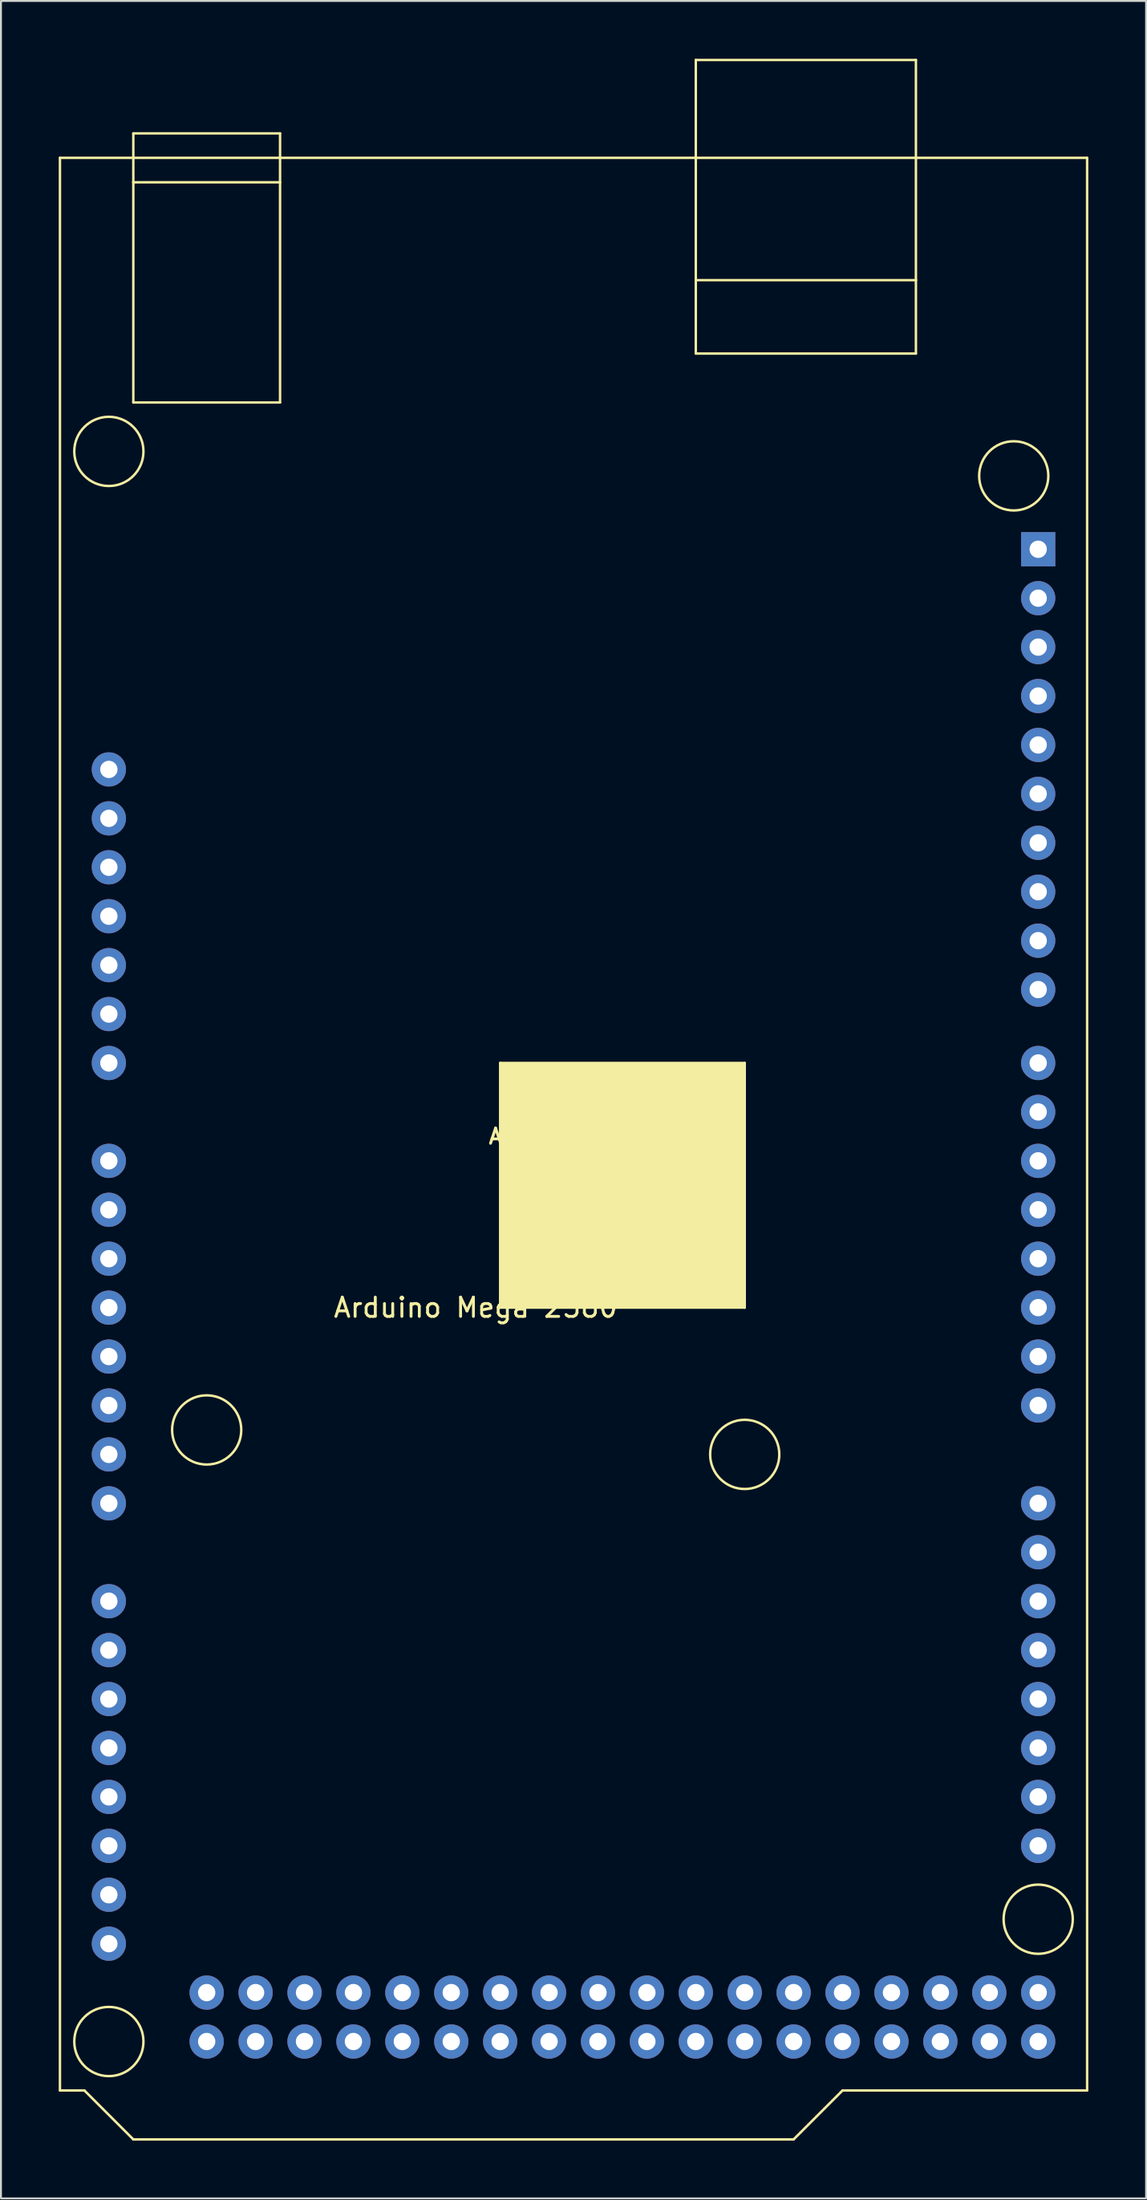
<source format=kicad_pcb>
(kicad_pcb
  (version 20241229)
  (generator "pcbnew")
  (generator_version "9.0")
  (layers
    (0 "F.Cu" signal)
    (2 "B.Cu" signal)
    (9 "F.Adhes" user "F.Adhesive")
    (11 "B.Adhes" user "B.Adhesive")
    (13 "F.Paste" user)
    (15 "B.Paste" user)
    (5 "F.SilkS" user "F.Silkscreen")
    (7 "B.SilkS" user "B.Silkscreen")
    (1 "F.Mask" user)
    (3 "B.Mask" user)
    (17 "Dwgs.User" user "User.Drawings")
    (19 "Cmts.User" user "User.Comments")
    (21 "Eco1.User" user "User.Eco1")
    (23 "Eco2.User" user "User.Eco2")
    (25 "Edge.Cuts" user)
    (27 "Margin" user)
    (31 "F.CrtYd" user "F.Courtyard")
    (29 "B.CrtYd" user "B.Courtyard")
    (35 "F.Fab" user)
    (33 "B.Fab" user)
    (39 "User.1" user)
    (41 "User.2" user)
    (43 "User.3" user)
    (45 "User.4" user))
  (footprint "ARDUINO_MEGA"
    (layer "F.Cu")
    (at 26.733 55.944)
    (property "Reference" "ARDUINO_MEGA" (at 0 0 0) (layer "F.SilkS") (effects (font (size 0.787 0.787) (thickness 0.15))))
    (attr through_hole)
    (fp_line (start -26.67 -50.8) (end -26.67 49.53) (stroke (width 0.127) (type solid)) (layer "F.SilkS"))
    (fp_line (start -26.67 49.53) (end -25.4 49.53) (stroke (width 0.127) (type solid)) (layer "F.SilkS"))
    (fp_line (start -25.4 49.53) (end -22.86 52.07) (stroke (width 0.127) (type solid)) (layer "F.SilkS"))
    (fp_line (start -22.86 -49.53) (end -22.86 -52.07) (stroke (width 0.127) (type solid)) (layer "F.SilkS"))
    (fp_line (start -22.86 -49.53) (end -22.86 -38.1) (stroke (width 0.127) (type solid)) (layer "F.SilkS"))
    (fp_line (start -22.86 -38.1) (end -15.24 -38.1) (stroke (width 0.127) (type solid)) (layer "F.SilkS"))
    (fp_line (start -15.24 -52.07) (end -22.86 -52.07) (stroke (width 0.127) (type solid)) (layer "F.SilkS"))
    (fp_line (start -15.24 -49.53) (end -22.86 -49.53) (stroke (width 0.127) (type solid)) (layer "F.SilkS"))
    (fp_line (start -15.24 -49.53) (end -15.24 -52.07) (stroke (width 0.127) (type solid)) (layer "F.SilkS"))
    (fp_line (start -15.24 -38.1) (end -15.24 -49.53) (stroke (width 0.127) (type solid)) (layer "F.SilkS"))
    (fp_line (start -3.81 -3.81) (end 8.89 -3.81) (stroke (width 0.127) (type solid)) (layer "F.SilkS"))
    (fp_line (start -3.81 8.89) (end -3.81 -3.81) (stroke (width 0.127) (type solid)) (layer "F.SilkS"))
    (fp_line (start 6.35 -55.88) (end 6.35 -44.45) (stroke (width 0.127) (type solid)) (layer "F.SilkS"))
    (fp_line (start 6.35 -44.45) (end 6.35 -40.64) (stroke (width 0.127) (type solid)) (layer "F.SilkS"))
    (fp_line (start 6.35 -40.64) (end 17.78 -40.64) (stroke (width 0.127) (type solid)) (layer "F.SilkS"))
    (fp_line (start 8.89 -3.81) (end 8.89 8.89) (stroke (width 0.127) (type solid)) (layer "F.SilkS"))
    (fp_line (start 8.89 8.89) (end -3.81 8.89) (stroke (width 0.127) (type solid)) (layer "F.SilkS"))
    (fp_line (start 11.43 52.07) (end -22.86 52.07) (stroke (width 0.127) (type solid)) (layer "F.SilkS"))
    (fp_line (start 13.97 49.53) (end 11.43 52.07) (stroke (width 0.127) (type solid)) (layer "F.SilkS"))
    (fp_line (start 17.78 -55.88) (end 6.35 -55.88) (stroke (width 0.127) (type solid)) (layer "F.SilkS"))
    (fp_line (start 17.78 -44.45) (end 6.35 -44.45) (stroke (width 0.127) (type solid)) (layer "F.SilkS"))
    (fp_line (start 17.78 -44.45) (end 17.78 -55.88) (stroke (width 0.127) (type solid)) (layer "F.SilkS"))
    (fp_line (start 17.78 -40.64) (end 17.78 -44.45) (stroke (width 0.127) (type solid)) (layer "F.SilkS"))
    (fp_line (start 26.67 -50.8) (end -26.67 -50.8) (stroke (width 0.127) (type solid)) (layer "F.SilkS"))
    (fp_line (start 26.67 -50.8) (end 26.67 49.53) (stroke (width 0.127) (type solid)) (layer "F.SilkS"))
    (fp_line (start 26.67 49.53) (end 13.97 49.53) (stroke (width 0.127) (type solid)) (layer "F.SilkS"))
    (fp_circle (center -24.13 -35.56) (end -22.334 -35.56) (stroke (width 0.127) (type solid)) (fill no) (layer "F.SilkS"))
    (fp_circle (center -24.13 46.99) (end -22.334 46.99) (stroke (width 0.127) (type solid)) (fill no) (layer "F.SilkS"))
    (fp_circle (center -19.05 15.24) (end -17.254 15.24) (stroke (width 0.127) (type solid)) (fill no) (layer "F.SilkS"))
    (fp_circle (center 8.89 16.51) (end 10.686 16.51) (stroke (width 0.127) (type solid)) (fill no) (layer "F.SilkS"))
    (fp_circle (center 22.86 -34.29) (end 24.656 -34.29) (stroke (width 0.127) (type solid)) (fill no) (layer "F.SilkS"))
    (fp_circle (center 24.13 40.64) (end 25.926 40.64) (stroke (width 0.127) (type solid)) (fill no) (layer "F.SilkS"))
    (fp_poly (pts (xy -3.81 -3.81) (xy 8.89 -3.81) (xy 8.89 8.89) (xy -3.81 8.89)) (stroke (width 0.01) (type solid)) (fill yes) (layer "F.SilkS"))
    (fp_text user "Arduino Mega 2560" (at -5.08 8.89 0) (layer "F.SilkS") (effects (font (size 1 1) (thickness 0.15))))
    (pad "3V3" thru_hole circle (at -24.13 -13.97) (size 1.778 1.778) (drill 0.9) (layers "*.Cu" "*.Mask"))
    (pad "5V@1" thru_hole circle (at -24.13 -11.43) (size 1.778 1.778) (drill 0.9) (layers "*.Cu" "*.Mask"))
    (pad "5V@2" thru_hole circle (at 24.13 44.45) (size 1.778 1.778) (drill 0.9) (layers "*.Cu" "*.Mask"))
    (pad "5V@3" thru_hole circle (at 24.13 46.99) (size 1.778 1.778) (drill 0.9) (layers "*.Cu" "*.Mask"))
    (pad "A0" thru_hole circle (at -24.13 1.27) (size 1.778 1.778) (drill 0.9) (layers "*.Cu" "*.Mask"))
    (pad "A1" thru_hole circle (at -24.13 3.81) (size 1.778 1.778) (drill 0.9) (layers "*.Cu" "*.Mask"))
    (pad "A2" thru_hole circle (at -24.13 6.35) (size 1.778 1.778) (drill 0.9) (layers "*.Cu" "*.Mask"))
    (pad "A3" thru_hole circle (at -24.13 8.89) (size 1.778 1.778) (drill 0.9) (layers "*.Cu" "*.Mask"))
    (pad "A4" thru_hole circle (at -24.13 11.43) (size 1.778 1.778) (drill 0.9) (layers "*.Cu" "*.Mask"))
    (pad "A5" thru_hole circle (at -24.13 13.97) (size 1.778 1.778) (drill 0.9) (layers "*.Cu" "*.Mask"))
    (pad "A6" thru_hole circle (at -24.13 16.51) (size 1.778 1.778) (drill 0.9) (layers "*.Cu" "*.Mask"))
    (pad "A7" thru_hole circle (at -24.13 19.05) (size 1.778 1.778) (drill 0.9) (layers "*.Cu" "*.Mask"))
    (pad "A8" thru_hole circle (at -24.13 24.13) (size 1.778 1.778) (drill 0.9) (layers "*.Cu" "*.Mask"))
    (pad "A9" thru_hole circle (at -24.13 26.67) (size 1.778 1.778) (drill 0.9) (layers "*.Cu" "*.Mask"))
    (pad "A10" thru_hole circle (at -24.13 29.21) (size 1.778 1.778) (drill 0.9) (layers "*.Cu" "*.Mask"))
    (pad "A11" thru_hole circle (at -24.13 31.75) (size 1.778 1.778) (drill 0.9) (layers "*.Cu" "*.Mask"))
    (pad "A12" thru_hole circle (at -24.13 34.29) (size 1.778 1.778) (drill 0.9) (layers "*.Cu" "*.Mask"))
    (pad "A13" thru_hole circle (at -24.13 36.83) (size 1.778 1.778) (drill 0.9) (layers "*.Cu" "*.Mask"))
    (pad "A14" thru_hole circle (at -24.13 39.37) (size 1.778 1.778) (drill 0.9) (layers "*.Cu" "*.Mask"))
    (pad "A15" thru_hole circle (at -24.13 41.91) (size 1.778 1.778) (drill 0.9) (layers "*.Cu" "*.Mask"))
    (pad "AREF" thru_hole circle (at 24.13 -25.4) (size 1.778 1.778) (drill 0.9) (layers "*.Cu" "*.Mask"))
    (pad "D0" thru_hole circle (at 24.13 13.97) (size 1.778 1.778) (drill 0.9) (layers "*.Cu" "*.Mask"))
    (pad "D1" thru_hole circle (at 24.13 11.43) (size 1.778 1.778) (drill 0.9) (layers "*.Cu" "*.Mask"))
    (pad "D2" thru_hole circle (at 24.13 8.89) (size 1.778 1.778) (drill 0.9) (layers "*.Cu" "*.Mask"))
    (pad "D3" thru_hole circle (at 24.13 6.35) (size 1.778 1.778) (drill 0.9) (layers "*.Cu" "*.Mask"))
    (pad "D4" thru_hole circle (at 24.13 3.81) (size 1.778 1.778) (drill 0.9) (layers "*.Cu" "*.Mask"))
    (pad "D5" thru_hole circle (at 24.13 1.27) (size 1.778 1.778) (drill 0.9) (layers "*.Cu" "*.Mask"))
    (pad "D6" thru_hole circle (at 24.13 -1.27) (size 1.778 1.778) (drill 0.9) (layers "*.Cu" "*.Mask"))
    (pad "D7" thru_hole circle (at 24.13 -3.81) (size 1.778 1.778) (drill 0.9) (layers "*.Cu" "*.Mask"))
    (pad "D8" thru_hole circle (at 24.13 -7.62) (size 1.778 1.778) (drill 0.9) (layers "*.Cu" "*.Mask"))
    (pad "D9" thru_hole circle (at 24.13 -10.16) (size 1.778 1.778) (drill 0.9) (layers "*.Cu" "*.Mask"))
    (pad "D10" thru_hole circle (at 24.13 -12.7) (size 1.778 1.778) (drill 0.9) (layers "*.Cu" "*.Mask"))
    (pad "D11" thru_hole circle (at 24.13 -15.24) (size 1.778 1.778) (drill 0.9) (layers "*.Cu" "*.Mask"))
    (pad "D12" thru_hole circle (at 24.13 -17.78) (size 1.778 1.778) (drill 0.9) (layers "*.Cu" "*.Mask"))
    (pad "D13" thru_hole circle (at 24.13 -20.32) (size 1.778 1.778) (drill 0.9) (layers "*.Cu" "*.Mask"))
    (pad "D14" thru_hole circle (at 24.13 19.05) (size 1.778 1.778) (drill 0.9) (layers "*.Cu" "*.Mask"))
    (pad "D15" thru_hole circle (at 24.13 21.59) (size 1.778 1.778) (drill 0.9) (layers "*.Cu" "*.Mask"))
    (pad "D16" thru_hole circle (at 24.13 24.13) (size 1.778 1.778) (drill 0.9) (layers "*.Cu" "*.Mask"))
    (pad "D17" thru_hole circle (at 24.13 26.67) (size 1.778 1.778) (drill 0.9) (layers "*.Cu" "*.Mask"))
    (pad "D18" thru_hole circle (at 24.13 29.21) (size 1.778 1.778) (drill 0.9) (layers "*.Cu" "*.Mask"))
    (pad "D19" thru_hole circle (at 24.13 31.75) (size 1.778 1.778) (drill 0.9) (layers "*.Cu" "*.Mask"))
    (pad "D20" thru_hole circle (at 24.13 34.29) (size 1.778 1.778) (drill 0.9) (layers "*.Cu" "*.Mask"))
    (pad "D21" thru_hole circle (at 24.13 36.83) (size 1.778 1.778) (drill 0.9) (layers "*.Cu" "*.Mask"))
    (pad "D22" thru_hole circle (at 21.59 44.45) (size 1.778 1.778) (drill 0.9) (layers "*.Cu" "*.Mask"))
    (pad "D23" thru_hole circle (at 21.59 46.99) (size 1.778 1.778) (drill 0.9) (layers "*.Cu" "*.Mask"))
    (pad "D24" thru_hole circle (at 19.05 44.45) (size 1.778 1.778) (drill 0.9) (layers "*.Cu" "*.Mask"))
    (pad "D25" thru_hole circle (at 19.05 46.99) (size 1.778 1.778) (drill 0.9) (layers "*.Cu" "*.Mask"))
    (pad "D26" thru_hole circle (at 16.51 44.45) (size 1.778 1.778) (drill 0.9) (layers "*.Cu" "*.Mask"))
    (pad "D27" thru_hole circle (at 16.51 46.99) (size 1.778 1.778) (drill 0.9) (layers "*.Cu" "*.Mask"))
    (pad "D28" thru_hole circle (at 13.97 44.45) (size 1.778 1.778) (drill 0.9) (layers "*.Cu" "*.Mask"))
    (pad "D29" thru_hole circle (at 13.97 46.99) (size 1.778 1.778) (drill 0.9) (layers "*.Cu" "*.Mask"))
    (pad "D30" thru_hole circle (at 11.43 44.45) (size 1.778 1.778) (drill 0.9) (layers "*.Cu" "*.Mask"))
    (pad "D31" thru_hole circle (at 11.43 46.99) (size 1.778 1.778) (drill 0.9) (layers "*.Cu" "*.Mask"))
    (pad "D32" thru_hole circle (at 8.89 44.45) (size 1.778 1.778) (drill 0.9) (layers "*.Cu" "*.Mask"))
    (pad "D33" thru_hole circle (at 8.89 46.99) (size 1.778 1.778) (drill 0.9) (layers "*.Cu" "*.Mask"))
    (pad "D34" thru_hole circle (at 6.35 44.45) (size 1.778 1.778) (drill 0.9) (layers "*.Cu" "*.Mask"))
    (pad "D35" thru_hole circle (at 6.35 46.99) (size 1.778 1.778) (drill 0.9) (layers "*.Cu" "*.Mask"))
    (pad "D36" thru_hole circle (at 3.81 44.45) (size 1.778 1.778) (drill 0.9) (layers "*.Cu" "*.Mask"))
    (pad "D37" thru_hole circle (at 3.81 46.99) (size 1.778 1.778) (drill 0.9) (layers "*.Cu" "*.Mask"))
    (pad "D38" thru_hole circle (at 1.27 44.45) (size 1.778 1.778) (drill 0.9) (layers "*.Cu" "*.Mask"))
    (pad "D39" thru_hole circle (at 1.27 46.99) (size 1.778 1.778) (drill 0.9) (layers "*.Cu" "*.Mask"))
    (pad "D40" thru_hole circle (at -1.27 44.45) (size 1.778 1.778) (drill 0.9) (layers "*.Cu" "*.Mask"))
    (pad "D41" thru_hole circle (at -1.27 46.99) (size 1.778 1.778) (drill 0.9) (layers "*.Cu" "*.Mask"))
    (pad "D42" thru_hole circle (at -3.81 44.45) (size 1.778 1.778) (drill 0.9) (layers "*.Cu" "*.Mask"))
    (pad "D43" thru_hole circle (at -3.81 46.99) (size 1.778 1.778) (drill 0.9) (layers "*.Cu" "*.Mask"))
    (pad "D44" thru_hole circle (at -6.35 44.45) (size 1.778 1.778) (drill 0.9) (layers "*.Cu" "*.Mask"))
    (pad "D45" thru_hole circle (at -6.35 46.99) (size 1.778 1.778) (drill 0.9) (layers "*.Cu" "*.Mask"))
    (pad "D46" thru_hole circle (at -8.89 44.45) (size 1.778 1.778) (drill 0.9) (layers "*.Cu" "*.Mask"))
    (pad "D47" thru_hole circle (at -8.89 46.99) (size 1.778 1.778) (drill 0.9) (layers "*.Cu" "*.Mask"))
    (pad "D48" thru_hole circle (at -11.43 44.45) (size 1.778 1.778) (drill 0.9) (layers "*.Cu" "*.Mask"))
    (pad "D49" thru_hole circle (at -11.43 46.99) (size 1.778 1.778) (drill 0.9) (layers "*.Cu" "*.Mask"))
    (pad "D50" thru_hole circle (at -13.97 44.45) (size 1.778 1.778) (drill 0.9) (layers "*.Cu" "*.Mask"))
    (pad "D51" thru_hole circle (at -13.97 46.99) (size 1.778 1.778) (drill 0.9) (layers "*.Cu" "*.Mask"))
    (pad "D52" thru_hole circle (at -16.51 44.45) (size 1.778 1.778) (drill 0.9) (layers "*.Cu" "*.Mask"))
    (pad "D53" thru_hole circle (at -16.51 46.99) (size 1.778 1.778) (drill 0.9) (layers "*.Cu" "*.Mask"))
    (pad "GND@1" thru_hole circle (at 24.13 -22.86) (size 1.778 1.778) (drill 0.9) (layers "*.Cu" "*.Mask"))
    (pad "GND@2" thru_hole circle (at -24.13 -6.35) (size 1.778 1.778) (drill 0.9) (layers "*.Cu" "*.Mask"))
    (pad "GND@3" thru_hole circle (at -24.13 -8.89) (size 1.778 1.778) (drill 0.9) (layers "*.Cu" "*.Mask"))
    (pad "GND@4" thru_hole circle (at -19.05 44.45) (size 1.778 1.778) (drill 0.9) (layers "*.Cu" "*.Mask"))
    (pad "GND@5" thru_hole circle (at -19.05 46.99) (size 1.778 1.778) (drill 0.9) (layers "*.Cu" "*.Mask"))
    (pad "IOREF" thru_hole circle (at -24.13 -19.05) (size 1.778 1.778) (drill 0.9) (layers "*.Cu" "*.Mask"))
    (pad "RESET" thru_hole circle (at -24.13 -16.51) (size 1.778 1.778) (drill 0.9) (layers "*.Cu" "*.Mask"))
    (pad "SCL" thru_hole rect (at 24.13 -30.48) (size 1.778 1.778) (drill 0.9) (layers "*.Cu" "*.Mask"))
    (pad "SDA" thru_hole circle (at 24.13 -27.94) (size 1.778 1.778) (drill 0.9) (layers "*.Cu" "*.Mask"))
    (pad "VIN" thru_hole circle (at -24.13 -3.81) (size 1.778 1.778) (drill 0.9) (layers "*.Cu" "*.Mask")))
  (gr_rect
    (start -3 -3)
    (end 56.467 111.077)
    (stroke (width 0.1) (type default))
    (fill no)
    (layer "Edge.Cuts")))
</source>
